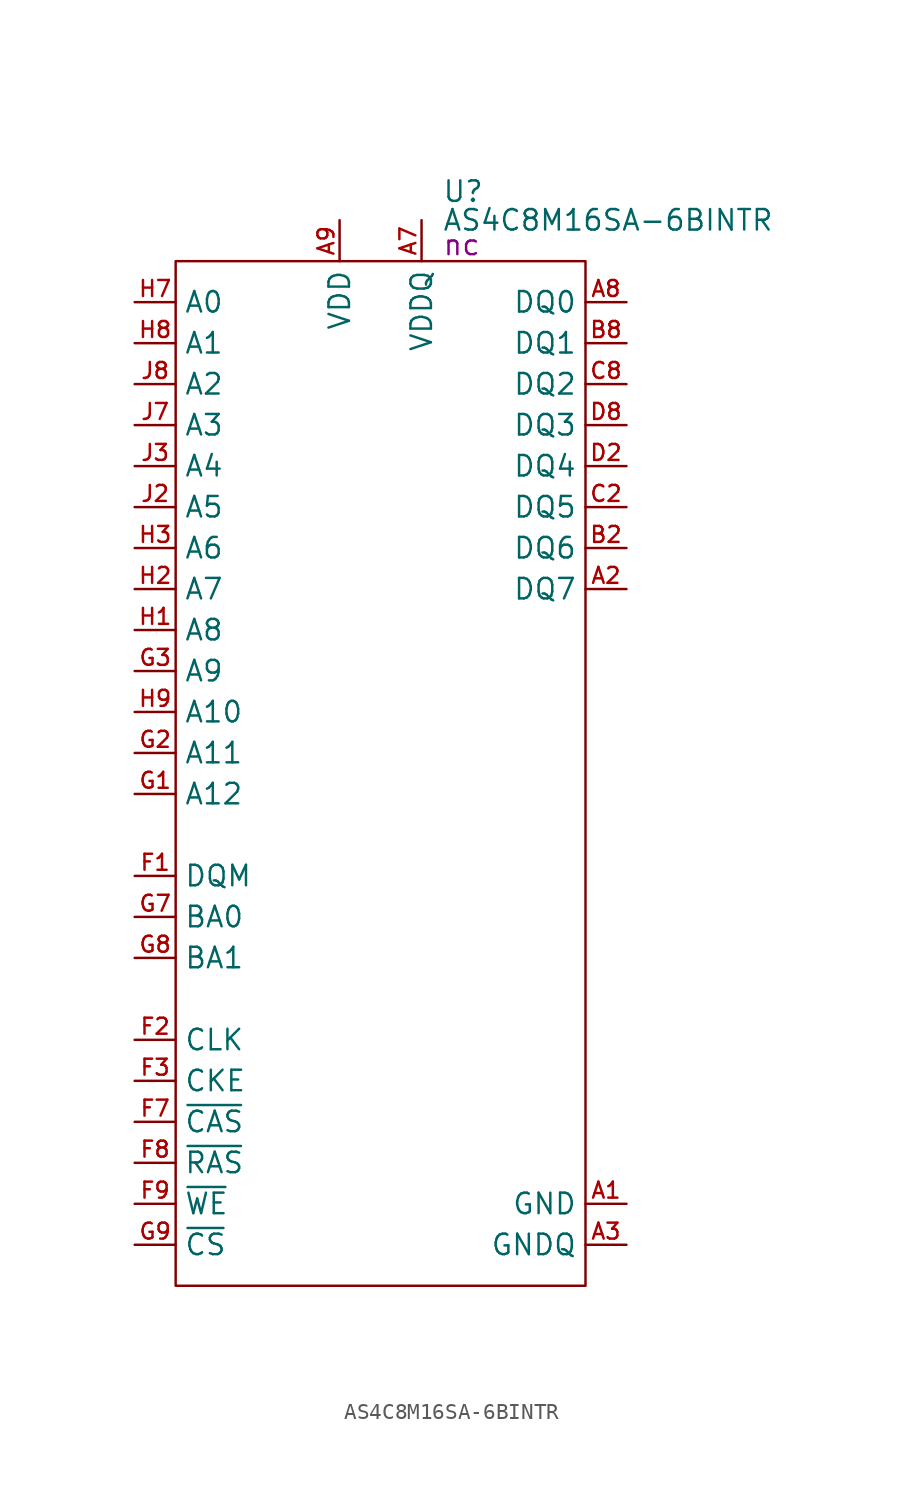
<source format=kicad_sym>
(kicad_symbol_lib
  (version 20231120)
  (generator "kicad_symbol_editor")
  (generator_version "8.0")
  (symbol "AS4C8M16SA-6BINTR"
    (property "Reference" "U"
      (at 16.51 4.318 0)
      (effects (font (size 1.27 1.27)) (justify left)))
    (property "Value" "AS4C8M16SA-6BINTR"
      (at 16.51 2.54 0)
      (effects (font (size 1.27 1.27)) (justify left)))
    (property "PartNumber" "nc"
      (at 16.51 1.016 0)
      (effects (font (size 1.27 1.27)) (justify left)))
    (symbol "AS4C8M16SA-6BINTR_0_0"
      (pin power_in line (at 27.94 -58.42 180) (length 2.54) (name "GND" (effects (font (size 1.27 1.27)))) (number "A1" (effects (font (size 0.991 0.991)))))
      (pin bidirectional line (at 27.94 -20.32 180) (length 2.54) (name "DQ7" (effects (font (size 1.27 1.27)))) (number "A2" (effects (font (size 0.991 0.991)))))
      (pin power_in line (at 27.94 -60.96 180) (length 2.54) (name "GNDQ" (effects (font (size 1.27 1.27)))) (number "A3" (effects (font (size 0.991 0.991)))))
      (pin power_in line (at 15.24 2.54 270) (length 2.54) (name "VDDQ" (effects (font (size 1.27 1.27)))) (number "A7" (effects (font (size 0.991 0.991)))))
      (pin bidirectional line (at 27.94 -2.54 180) (length 2.54) (name "DQ0" (effects (font (size 1.27 1.27)))) (number "A8" (effects (font (size 0.991 0.991)))))
      (pin power_in line (at 10.16 2.54 270) (length 2.54) (name "VDD" (effects (font (size 1.27 1.27)))) (number "A9" (effects (font (size 0.991 0.991)))))
      (pin no_connect line (at 10.16 -12.7 0) (length 2.54) hide (name "NC" (effects (font (size 1.27 1.27)))) (number "B1" (effects (font (size 0.991 0.991)))))
      (pin bidirectional line (at 27.94 -17.78 180) (length 2.54) (name "DQ6" (effects (font (size 1.27 1.27)))) (number "B2" (effects (font (size 0.991 0.991)))))
      (pin power_in line (at 15.24 2.54 270) (length 2.54) hide (name "VDDQ" (effects (font (size 1.27 1.27)))) (number "B3" (effects (font (size 0.991 0.991)))))
      (pin power_in line (at 27.94 -60.96 180) (length 2.54) hide (name "GNDQ" (effects (font (size 1.27 1.27)))) (number "B7" (effects (font (size 0.991 0.991)))))
      (pin bidirectional line (at 27.94 -5.08 180) (length 2.54) (name "DQ1" (effects (font (size 1.27 1.27)))) (number "B8" (effects (font (size 0.991 0.991)))))
      (pin no_connect line (at 10.16 -12.7 0) (length 2.54) hide (name "NC" (effects (font (size 1.27 1.27)))) (number "B9" (effects (font (size 0.991 0.991)))))
      (pin no_connect line (at 10.16 -12.7 0) (length 2.54) hide (name "NC" (effects (font (size 1.27 1.27)))) (number "C1" (effects (font (size 0.991 0.991)))))
      (pin bidirectional line (at 27.94 -15.24 180) (length 2.54) (name "DQ5" (effects (font (size 1.27 1.27)))) (number "C2" (effects (font (size 0.991 0.991)))))
      (pin power_in line (at 27.94 -60.96 180) (length 2.54) hide (name "GNDQ" (effects (font (size 1.27 1.27)))) (number "C3" (effects (font (size 0.991 0.991)))))
      (pin power_in line (at 15.24 2.54 270) (length 2.54) hide (name "VDDQ" (effects (font (size 1.27 1.27)))) (number "C7" (effects (font (size 0.991 0.991)))))
      (pin bidirectional line (at 27.94 -7.62 180) (length 2.54) (name "DQ2" (effects (font (size 1.27 1.27)))) (number "C8" (effects (font (size 0.991 0.991)))))
      (pin no_connect line (at 10.16 -12.7 0) (length 2.54) hide (name "NC" (effects (font (size 1.27 1.27)))) (number "C9" (effects (font (size 0.991 0.991)))))
      (pin no_connect line (at 10.16 -12.7 0) (length 2.54) hide (name "NC" (effects (font (size 1.27 1.27)))) (number "D1" (effects (font (size 0.991 0.991)))))
      (pin bidirectional line (at 27.94 -12.7 180) (length 2.54) (name "DQ4" (effects (font (size 1.27 1.27)))) (number "D2" (effects (font (size 0.991 0.991)))))
      (pin power_in line (at 15.24 2.54 270) (length 2.54) hide (name "VDDQ" (effects (font (size 1.27 1.27)))) (number "D3" (effects (font (size 0.991 0.991)))))
      (pin power_in line (at 27.94 -60.96 180) (length 2.54) hide (name "GNDQ" (effects (font (size 1.27 1.27)))) (number "D7" (effects (font (size 0.991 0.991)))))
      (pin bidirectional line (at 27.94 -10.16 180) (length 2.54) (name "DQ3" (effects (font (size 1.27 1.27)))) (number "D8" (effects (font (size 0.991 0.991)))))
      (pin no_connect line (at 10.16 -12.7 0) (length 2.54) hide (name "NC" (effects (font (size 1.27 1.27)))) (number "D9" (effects (font (size 0.991 0.991)))))
      (pin no_connect line (at 10.16 -12.7 0) (length 2.54) hide (name "NC" (effects (font (size 1.27 1.27)))) (number "E1" (effects (font (size 0.991 0.991)))))
      (pin no_connect line (at 10.16 -12.7 0) (length 2.54) hide (name "NC" (effects (font (size 1.27 1.27)))) (number "E2" (effects (font (size 0.991 0.991)))))
      (pin power_in line (at 27.94 -58.42 180) (length 2.54) hide (name "GND" (effects (font (size 1.27 1.27)))) (number "E3" (effects (font (size 0.991 0.991)))))
      (pin power_in line (at 10.16 2.54 270) (length 2.54) hide (name "VDD" (effects (font (size 1.27 1.27)))) (number "E7" (effects (font (size 0.991 0.991)))))
      (pin no_connect line (at 10.16 -12.7 0) (length 2.54) hide (name "NC" (effects (font (size 1.27 1.27)))) (number "E8" (effects (font (size 0.991 0.991)))))
      (pin no_connect line (at 10.16 -12.7 0) (length 2.54) hide (name "NC" (effects (font (size 1.27 1.27)))) (number "E9" (effects (font (size 0.991 0.991)))))
      (pin input line (at -2.54 -38.1 0) (length 2.54) (name "DQM" (effects (font (size 1.27 1.27)))) (number "F1" (effects (font (size 0.991 0.991)))))
      (pin input line (at -2.54 -48.26 0) (length 2.54) (name "CLK" (effects (font (size 1.27 1.27)))) (number "F2" (effects (font (size 0.991 0.991)))))
      (pin input line (at -2.54 -50.8 0) (length 2.54) (name "CKE" (effects (font (size 1.27 1.27)))) (number "F3" (effects (font (size 0.991 0.991)))))
      (pin input line (at -2.54 -33.02 0) (length 2.54) (name "A12" (effects (font (size 1.27 1.27)))) (number "G1" (effects (font (size 0.991 0.991)))))
      (pin input line (at -2.54 -30.48 0) (length 2.54) (name "A11" (effects (font (size 1.27 1.27)))) (number "G2" (effects (font (size 0.991 0.991)))))
      (pin input line (at -2.54 -25.4 0) (length 2.54) (name "A9" (effects (font (size 1.27 1.27)))) (number "G3" (effects (font (size 0.991 0.991)))))
      (pin input line (at -2.54 -40.64 0) (length 2.54) (name "BA0" (effects (font (size 1.27 1.27)))) (number "G7" (effects (font (size 0.991 0.991)))))
      (pin input line (at -2.54 -43.18 0) (length 2.54) (name "BA1" (effects (font (size 1.27 1.27)))) (number "G8" (effects (font (size 0.991 0.991)))))
      (pin input line (at -2.54 -22.86 0) (length 2.54) (name "A8" (effects (font (size 1.27 1.27)))) (number "H1" (effects (font (size 0.991 0.991)))))
      (pin input line (at -2.54 -20.32 0) (length 2.54) (name "A7" (effects (font (size 1.27 1.27)))) (number "H2" (effects (font (size 0.991 0.991)))))
      (pin input line (at -2.54 -17.78 0) (length 2.54) (name "A6" (effects (font (size 1.27 1.27)))) (number "H3" (effects (font (size 0.991 0.991)))))
      (pin input line (at -2.54 -2.54 0) (length 2.54) (name "A0" (effects (font (size 1.27 1.27)))) (number "H7" (effects (font (size 0.991 0.991)))))
      (pin input line (at -2.54 -5.08 0) (length 2.54) (name "A1" (effects (font (size 1.27 1.27)))) (number "H8" (effects (font (size 0.991 0.991)))))
      (pin input line (at -2.54 -27.94 0) (length 2.54) (name "A10" (effects (font (size 1.27 1.27)))) (number "H9" (effects (font (size 0.991 0.991)))))
      (pin power_in line (at 27.94 -58.42 180) (length 2.54) hide (name "GND" (effects (font (size 1.27 1.27)))) (number "J1" (effects (font (size 0.991 0.991)))))
      (pin input line (at -2.54 -15.24 0) (length 2.54) (name "A5" (effects (font (size 1.27 1.27)))) (number "J2" (effects (font (size 0.991 0.991)))))
      (pin input line (at -2.54 -12.7 0) (length 2.54) (name "A4" (effects (font (size 1.27 1.27)))) (number "J3" (effects (font (size 0.991 0.991)))))
      (pin input line (at -2.54 -10.16 0) (length 2.54) (name "A3" (effects (font (size 1.27 1.27)))) (number "J7" (effects (font (size 0.991 0.991)))))
      (pin input line (at -2.54 -7.62 0) (length 2.54) (name "A2" (effects (font (size 1.27 1.27)))) (number "J8" (effects (font (size 0.991 0.991)))))
      (pin power_in line (at 10.16 2.54 270) (length 2.54) hide (name "VDD" (effects (font (size 1.27 1.27)))) (number "J9" (effects (font (size 0.991 0.991))))))
    (symbol "AS4C8M16SA-6BINTR_0_1"
      (rectangle (start 0 0) (end 25.4 -63.5) (stroke (width 0) (type default)) (fill (type none))))
    (symbol "AS4C8M16SA-6BINTR_1_0"
      (pin input line (at -2.54 -53.34 0) (length 2.54) (name "~{CAS}" (effects (font (size 1.27 1.27)))) (number "F7" (effects (font (size 0.991 0.991)))))
      (pin input line (at -2.54 -55.88 0) (length 2.54) (name "~{RAS}" (effects (font (size 1.27 1.27)))) (number "F8" (effects (font (size 0.991 0.991)))))
      (pin input line (at -2.54 -58.42 0) (length 2.54) (name "~{WE}" (effects (font (size 1.27 1.27)))) (number "F9" (effects (font (size 0.991 0.991)))))
      (pin input line (at -2.54 -60.96 0) (length 2.54) (name "~{CS}" (effects (font (size 1.27 1.27)))) (number "G9" (effects (font (size 0.991 0.991))))))))
</source>
